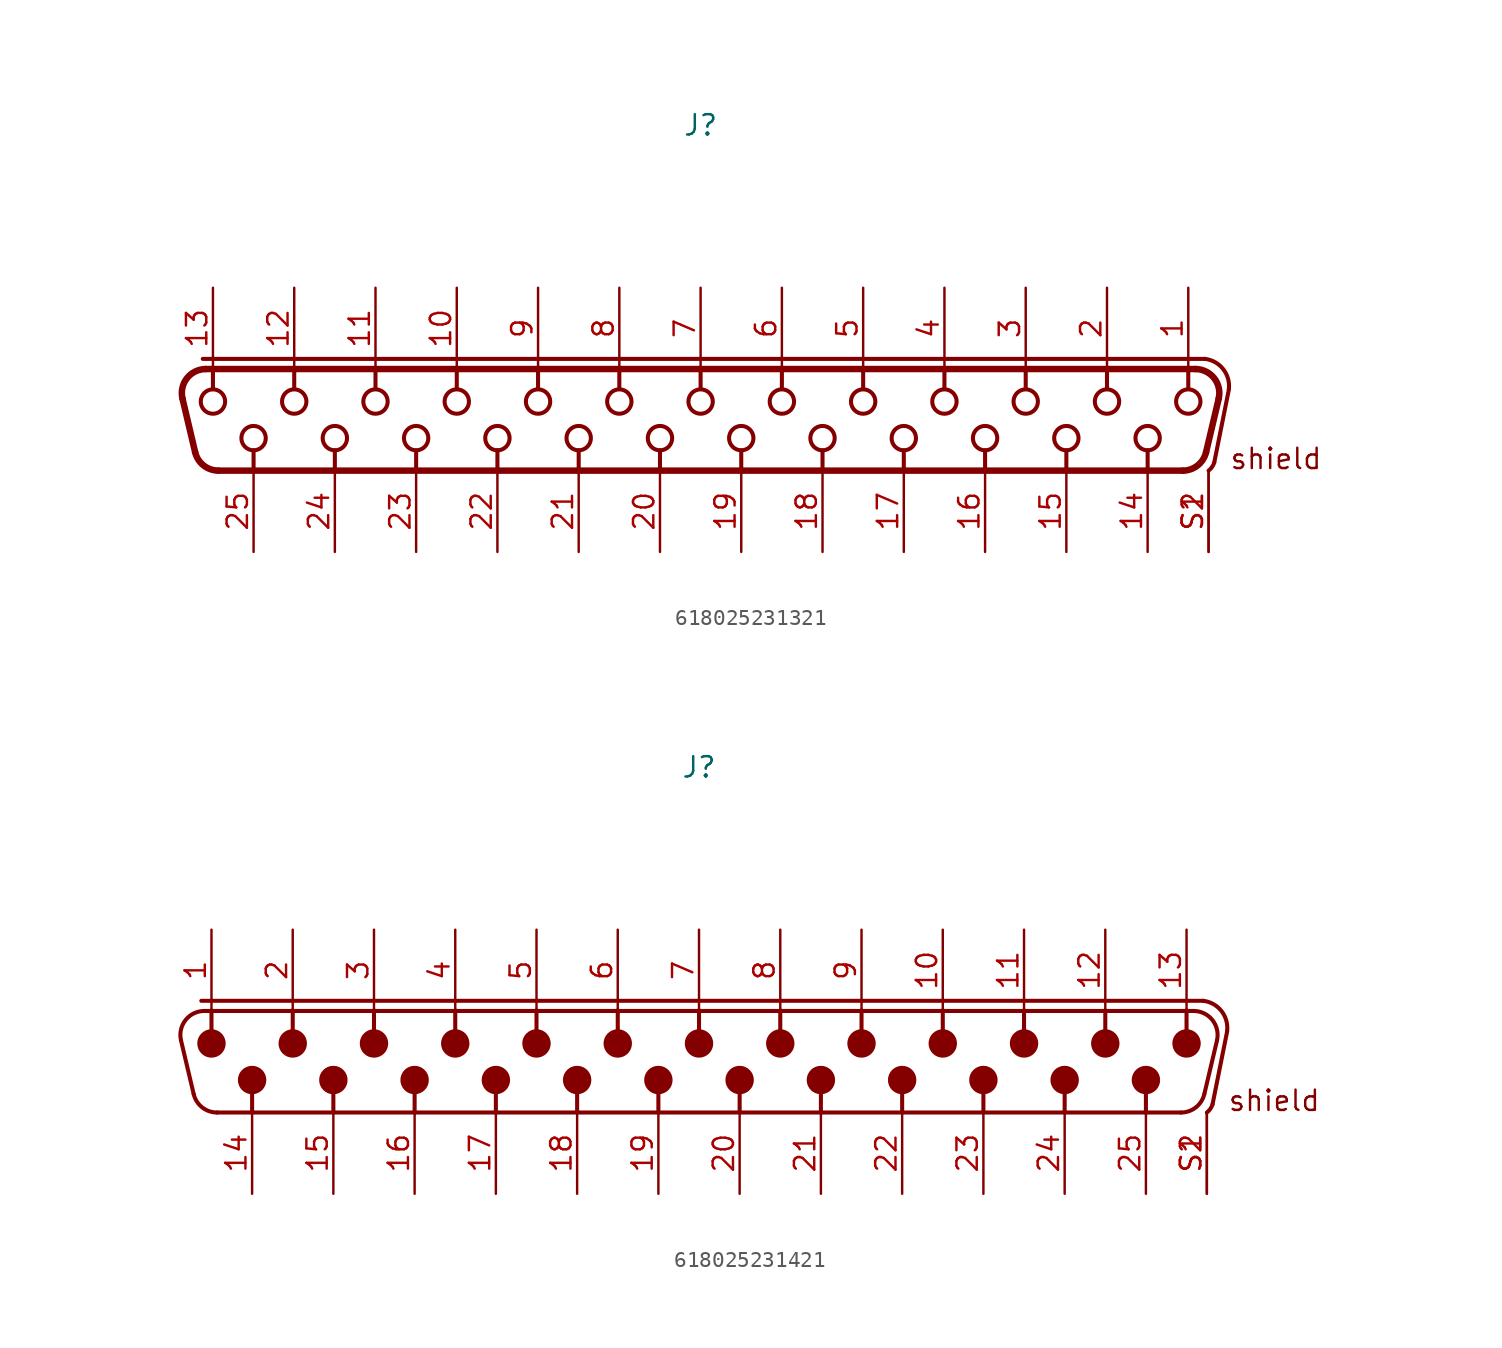
<source format=kicad_sym>
(kicad_symbol_lib
  (version 20241209)
  (generator "kicad_symbol_editor")
  (generator_version "9.0")
  (symbol "618025231321"
    (pin_names
      (hide yes))
    (property "Reference" "J"
      (at 0 17.78 0)
      (effects (font (size 1.27 1.27))))
    (symbol "618025231321_1_0"
      (polyline (pts (xy -31.593 -2.655) (xy -32.384 0.695)) (stroke (width 0.406) (type solid)) (fill (type none)))
      (polyline (pts (xy -31.115 3.175) (xy 31.52 3.175)) (stroke (width 0.254) (type solid)) (fill (type none)))
      (polyline (pts (xy -30.924 2.54) (xy 30.924 2.54)) (stroke (width 0.406) (type solid)) (fill (type none)))
      (arc (start -32.3842 0.695) (mid -32.1007 1.9707) (end -30.9243 2.54) (stroke (width 0.4064) (type solid)) (fill (type none)))
      (polyline (pts (xy -30.48 2.58) (xy -30.48 1.3)) (stroke (width 0.254) (type solid)) (fill (type none)))
      (circle (center -30.48 0.508) (radius 0.762) (stroke (width 0.254) (type solid)) (fill (type none)))
      (arc (start -30.133 -3.81) (mid -31.0638 -3.4862) (end -31.5928 -2.6547) (stroke (width 0.4064) (type solid)) (fill (type none)))
      (circle (center -27.94 -1.778) (radius 0.762) (stroke (width 0.254) (type solid)) (fill (type none)))
      (polyline (pts (xy -27.94 -2.54) (xy -27.94 -3.82)) (stroke (width 0.254) (type solid)) (fill (type none)))
      (polyline (pts (xy -25.4 2.58) (xy -25.4 1.3)) (stroke (width 0.254) (type solid)) (fill (type none)))
      (circle (center -25.4 0.508) (radius 0.762) (stroke (width 0.254) (type solid)) (fill (type none)))
      (circle (center -22.86 -1.778) (radius 0.762) (stroke (width 0.254) (type solid)) (fill (type none)))
      (polyline (pts (xy -22.86 -2.54) (xy -22.86 -3.82)) (stroke (width 0.254) (type solid)) (fill (type none)))
      (polyline (pts (xy -20.32 2.58) (xy -20.32 1.3)) (stroke (width 0.254) (type solid)) (fill (type none)))
      (circle (center -20.32 0.508) (radius 0.762) (stroke (width 0.254) (type solid)) (fill (type none)))
      (circle (center -17.78 -1.778) (radius 0.762) (stroke (width 0.254) (type solid)) (fill (type none)))
      (polyline (pts (xy -17.78 -2.54) (xy -17.78 -3.82)) (stroke (width 0.254) (type solid)) (fill (type none)))
      (polyline (pts (xy -15.24 2.58) (xy -15.24 1.3)) (stroke (width 0.254) (type solid)) (fill (type none)))
      (circle (center -15.24 0.508) (radius 0.762) (stroke (width 0.254) (type solid)) (fill (type none)))
      (circle (center -12.7 -1.778) (radius 0.762) (stroke (width 0.254) (type solid)) (fill (type none)))
      (polyline (pts (xy -12.7 -2.54) (xy -12.7 -3.82)) (stroke (width 0.254) (type solid)) (fill (type none)))
      (polyline (pts (xy -10.16 2.58) (xy -10.16 1.3)) (stroke (width 0.254) (type solid)) (fill (type none)))
      (circle (center -10.16 0.508) (radius 0.762) (stroke (width 0.254) (type solid)) (fill (type none)))
      (circle (center -7.62 -1.778) (radius 0.762) (stroke (width 0.254) (type solid)) (fill (type none)))
      (polyline (pts (xy -7.62 -2.54) (xy -7.62 -3.82)) (stroke (width 0.254) (type solid)) (fill (type none)))
      (polyline (pts (xy -5.08 2.58) (xy -5.08 1.3)) (stroke (width 0.254) (type solid)) (fill (type none)))
      (circle (center -5.08 0.508) (radius 0.762) (stroke (width 0.254) (type solid)) (fill (type none)))
      (circle (center -2.54 -1.778) (radius 0.762) (stroke (width 0.254) (type solid)) (fill (type none)))
      (polyline (pts (xy -2.54 -2.54) (xy -2.54 -3.82)) (stroke (width 0.254) (type solid)) (fill (type none)))
      (polyline (pts (xy 0 2.58) (xy 0 1.3)) (stroke (width 0.254) (type solid)) (fill (type none)))
      (circle (center 0 0.508) (radius 0.762) (stroke (width 0.254) (type solid)) (fill (type none)))
      (circle (center 2.54 -1.778) (radius 0.762) (stroke (width 0.254) (type solid)) (fill (type none)))
      (polyline (pts (xy 2.54 -2.54) (xy 2.54 -3.82)) (stroke (width 0.254) (type solid)) (fill (type none)))
      (polyline (pts (xy 5.08 2.58) (xy 5.08 1.3)) (stroke (width 0.254) (type solid)) (fill (type none)))
      (circle (center 5.08 0.508) (radius 0.762) (stroke (width 0.254) (type solid)) (fill (type none)))
      (circle (center 7.62 -1.778) (radius 0.762) (stroke (width 0.254) (type solid)) (fill (type none)))
      (polyline (pts (xy 7.62 -2.54) (xy 7.62 -3.82)) (stroke (width 0.254) (type solid)) (fill (type none)))
      (polyline (pts (xy 10.16 2.58) (xy 10.16 1.3)) (stroke (width 0.254) (type solid)) (fill (type none)))
      (circle (center 10.16 0.508) (radius 0.762) (stroke (width 0.254) (type solid)) (fill (type none)))
      (circle (center 12.7 -1.778) (radius 0.762) (stroke (width 0.254) (type solid)) (fill (type none)))
      (polyline (pts (xy 12.7 -2.54) (xy 12.7 -3.82)) (stroke (width 0.254) (type solid)) (fill (type none)))
      (polyline (pts (xy 15.24 2.58) (xy 15.24 1.3)) (stroke (width 0.254) (type solid)) (fill (type none)))
      (circle (center 15.24 0.508) (radius 0.762) (stroke (width 0.254) (type solid)) (fill (type none)))
      (circle (center 17.78 -1.778) (radius 0.762) (stroke (width 0.254) (type solid)) (fill (type none)))
      (polyline (pts (xy 17.78 -2.54) (xy 17.78 -3.82)) (stroke (width 0.254) (type solid)) (fill (type none)))
      (polyline (pts (xy 20.32 2.58) (xy 20.32 1.3)) (stroke (width 0.254) (type solid)) (fill (type none)))
      (circle (center 20.32 0.508) (radius 0.762) (stroke (width 0.254) (type solid)) (fill (type none)))
      (circle (center 22.86 -1.778) (radius 0.762) (stroke (width 0.254) (type solid)) (fill (type none)))
      (polyline (pts (xy 22.86 -2.54) (xy 22.86 -3.82)) (stroke (width 0.254) (type solid)) (fill (type none)))
      (polyline (pts (xy 25.4 2.58) (xy 25.4 1.3)) (stroke (width 0.254) (type solid)) (fill (type none)))
      (circle (center 25.4 0.508) (radius 0.762) (stroke (width 0.254) (type solid)) (fill (type none)))
      (circle (center 27.94 -1.778) (radius 0.762) (stroke (width 0.254) (type solid)) (fill (type none)))
      (polyline (pts (xy 27.94 -2.54) (xy 27.94 -3.82)) (stroke (width 0.254) (type solid)) (fill (type none)))
      (arc (start 31.5928 -2.6548) (mid 31.0637 -3.4863) (end 30.1329 -3.81) (stroke (width 0.4064) (type solid)) (fill (type none)))
      (polyline (pts (xy 30.133 -3.81) (xy -30.133 -3.81)) (stroke (width 0.406) (type solid)) (fill (type none)))
      (polyline (pts (xy 30.48 2.58) (xy 30.48 1.3)) (stroke (width 0.254) (type solid)) (fill (type none)))
      (circle (center 30.48 0.508) (radius 0.762) (stroke (width 0.254) (type solid)) (fill (type none)))
      (arc (start 30.9243 2.54) (mid 32.1007 1.9707) (end 32.3842 0.695) (stroke (width 0.4064) (type solid)) (fill (type none)))
      (arc (start 32.1039 -3.3037) (mid 31.9648 -3.5833) (end 31.75 -3.81) (stroke (width 0.254) (type solid)) (fill (type none)))
      (arc (start 31.52 3.175) (mid 32.6664 2.5346) (end 33.02 1.27) (stroke (width 0.254) (type solid)) (fill (type none)))
      (polyline (pts (xy 32.104 -3.304) (xy 33.02 1.27)) (stroke (width 0.254) (type solid)) (fill (type none)))
      (polyline (pts (xy 32.384 0.695) (xy 31.593 -2.655)) (stroke (width 0.406) (type solid)) (fill (type none)))
      (text "shield" (at 33.02 -3.81 0) (effects (font (size 1.27 1.27)) (justify left bottom)))
      (pin passive line (at -30.48 7.62 270) (length 5.08) (name "13" (effects (font (size 1.27 1.27)))) (number "13" (effects (font (size 1.27 1.27)))))
      (pin passive line (at -27.94 -8.89 90) (length 5.08) (name "25" (effects (font (size 1.27 1.27)))) (number "25" (effects (font (size 1.27 1.27)))))
      (pin passive line (at -25.4 7.62 270) (length 5.08) (name "12" (effects (font (size 1.27 1.27)))) (number "12" (effects (font (size 1.27 1.27)))))
      (pin passive line (at -22.86 -8.89 90) (length 5.08) (name "24" (effects (font (size 1.27 1.27)))) (number "24" (effects (font (size 1.27 1.27)))))
      (pin passive line (at -20.32 7.62 270) (length 5.08) (name "11" (effects (font (size 1.27 1.27)))) (number "11" (effects (font (size 1.27 1.27)))))
      (pin passive line (at -17.78 -8.89 90) (length 5.08) (name "23" (effects (font (size 1.27 1.27)))) (number "23" (effects (font (size 1.27 1.27)))))
      (pin passive line (at -15.24 7.62 270) (length 5.08) (name "10" (effects (font (size 1.27 1.27)))) (number "10" (effects (font (size 1.27 1.27)))))
      (pin passive line (at -12.7 -8.89 90) (length 5.08) (name "22" (effects (font (size 1.27 1.27)))) (number "22" (effects (font (size 1.27 1.27)))))
      (pin passive line (at -10.16 7.62 270) (length 5.08) (name "9" (effects (font (size 1.27 1.27)))) (number "9" (effects (font (size 1.27 1.27)))))
      (pin passive line (at -7.62 -8.89 90) (length 5.08) (name "21" (effects (font (size 1.27 1.27)))) (number "21" (effects (font (size 1.27 1.27)))))
      (pin passive line (at -5.08 7.62 270) (length 5.08) (name "8" (effects (font (size 1.27 1.27)))) (number "8" (effects (font (size 1.27 1.27)))))
      (pin passive line (at -2.54 -8.89 90) (length 5.08) (name "20" (effects (font (size 1.27 1.27)))) (number "20" (effects (font (size 1.27 1.27)))))
      (pin passive line (at 0 7.62 270) (length 5.08) (name "7" (effects (font (size 1.27 1.27)))) (number "7" (effects (font (size 1.27 1.27)))))
      (pin passive line (at 2.54 -8.89 90) (length 5.08) (name "19" (effects (font (size 1.27 1.27)))) (number "19" (effects (font (size 1.27 1.27)))))
      (pin passive line (at 5.08 7.62 270) (length 5.08) (name "6" (effects (font (size 1.27 1.27)))) (number "6" (effects (font (size 1.27 1.27)))))
      (pin passive line (at 7.62 -8.89 90) (length 5.08) (name "18" (effects (font (size 1.27 1.27)))) (number "18" (effects (font (size 1.27 1.27)))))
      (pin passive line (at 10.16 7.62 270) (length 5.08) (name "5" (effects (font (size 1.27 1.27)))) (number "5" (effects (font (size 1.27 1.27)))))
      (pin passive line (at 12.7 -8.89 90) (length 5.08) (name "17" (effects (font (size 1.27 1.27)))) (number "17" (effects (font (size 1.27 1.27)))))
      (pin passive line (at 15.24 7.62 270) (length 5.08) (name "4" (effects (font (size 1.27 1.27)))) (number "4" (effects (font (size 1.27 1.27)))))
      (pin passive line (at 17.78 -8.89 90) (length 5.08) (name "16" (effects (font (size 1.27 1.27)))) (number "16" (effects (font (size 1.27 1.27)))))
      (pin passive line (at 20.32 7.62 270) (length 5.08) (name "3" (effects (font (size 1.27 1.27)))) (number "3" (effects (font (size 1.27 1.27)))))
      (pin passive line (at 22.86 -8.89 90) (length 5.08) (name "15" (effects (font (size 1.27 1.27)))) (number "15" (effects (font (size 1.27 1.27)))))
      (pin passive line (at 25.4 7.62 270) (length 5.08) (name "2" (effects (font (size 1.27 1.27)))) (number "2" (effects (font (size 1.27 1.27)))))
      (pin passive line (at 27.94 -8.89 90) (length 5.08) (name "14" (effects (font (size 1.27 1.27)))) (number "14" (effects (font (size 1.27 1.27)))))
      (pin passive line (at 30.48 7.62 270) (length 5.08) (name "1" (effects (font (size 1.27 1.27)))) (number "1" (effects (font (size 1.27 1.27)))))
      (pin passive line (at 31.75 -8.89 90) (length 5.08) (name "SHIELD" (effects (font (size 1.27 1.27)))) (number "S1" (effects (font (size 1.27 1.27)))))
      (pin passive line (at 31.75 -8.89 90) (length 5.08) (name "SHIELD" (effects (font (size 1.27 1.27)))) (number "S2" (effects (font (size 1.27 1.27)))))))
  (symbol "618025231421"
    (pin_names
      (hide yes))
    (property "Reference" "J"
      (at 0 17.78 0)
      (effects (font (size 1.27 1.27))))
    (symbol "618025231421_1_0"
      (polyline (pts (xy -31.593 -2.655) (xy -32.384 0.695)) (stroke (width 0.254) (type solid)) (fill (type none)))
      (polyline (pts (xy -31.115 3.175) (xy 31.52 3.175)) (stroke (width 0.254) (type solid)) (fill (type none)))
      (polyline (pts (xy -30.924 2.54) (xy 30.924 2.54)) (stroke (width 0.254) (type solid)) (fill (type none)))
      (arc (start -32.3842 0.695) (mid -32.1007 1.9707) (end -30.9243 2.54) (stroke (width 0.254) (type solid)) (fill (type none)))
      (polyline (pts (xy -30.48 2.58) (xy -30.48 0.4)) (stroke (width 0.254) (type solid)) (fill (type none)))
      (circle (center -30.48 0.508) (radius 0.762) (stroke (width 0.254) (type solid)) (fill (type outline)))
      (arc (start -30.133 -3.81) (mid -31.0638 -3.4862) (end -31.5928 -2.6547) (stroke (width 0.254) (type solid)) (fill (type none)))
      (circle (center -27.94 -1.778) (radius 0.762) (stroke (width 0.254) (type solid)) (fill (type outline)))
      (polyline (pts (xy -27.94 -3.81) (xy -27.94 -1.63)) (stroke (width 0.254) (type solid)) (fill (type none)))
      (polyline (pts (xy -25.4 2.58) (xy -25.4 0.4)) (stroke (width 0.254) (type solid)) (fill (type none)))
      (circle (center -25.4 0.508) (radius 0.762) (stroke (width 0.254) (type solid)) (fill (type outline)))
      (circle (center -22.86 -1.778) (radius 0.762) (stroke (width 0.254) (type solid)) (fill (type outline)))
      (polyline (pts (xy -22.86 -3.81) (xy -22.86 -1.63)) (stroke (width 0.254) (type solid)) (fill (type none)))
      (polyline (pts (xy -20.32 2.58) (xy -20.32 0.4)) (stroke (width 0.254) (type solid)) (fill (type none)))
      (circle (center -20.32 0.508) (radius 0.762) (stroke (width 0.254) (type solid)) (fill (type outline)))
      (circle (center -17.78 -1.778) (radius 0.762) (stroke (width 0.254) (type solid)) (fill (type outline)))
      (polyline (pts (xy -17.78 -3.81) (xy -17.78 -1.63)) (stroke (width 0.254) (type solid)) (fill (type none)))
      (polyline (pts (xy -15.24 2.58) (xy -15.24 0.4)) (stroke (width 0.254) (type solid)) (fill (type none)))
      (circle (center -15.24 0.508) (radius 0.762) (stroke (width 0.254) (type solid)) (fill (type outline)))
      (circle (center -12.7 -1.778) (radius 0.762) (stroke (width 0.254) (type solid)) (fill (type outline)))
      (polyline (pts (xy -12.7 -3.81) (xy -12.7 -1.63)) (stroke (width 0.254) (type solid)) (fill (type none)))
      (polyline (pts (xy -10.16 2.58) (xy -10.16 0.4)) (stroke (width 0.254) (type solid)) (fill (type none)))
      (circle (center -10.16 0.508) (radius 0.762) (stroke (width 0.254) (type solid)) (fill (type outline)))
      (circle (center -7.62 -1.778) (radius 0.762) (stroke (width 0.254) (type solid)) (fill (type outline)))
      (polyline (pts (xy -7.62 -3.81) (xy -7.62 -1.63)) (stroke (width 0.254) (type solid)) (fill (type none)))
      (polyline (pts (xy -5.08 2.58) (xy -5.08 0.4)) (stroke (width 0.254) (type solid)) (fill (type none)))
      (circle (center -5.08 0.508) (radius 0.762) (stroke (width 0.254) (type solid)) (fill (type outline)))
      (circle (center -2.54 -1.778) (radius 0.762) (stroke (width 0.254) (type solid)) (fill (type outline)))
      (polyline (pts (xy -2.54 -3.81) (xy -2.54 -1.63)) (stroke (width 0.254) (type solid)) (fill (type none)))
      (polyline (pts (xy 0 2.58) (xy 0 0.4)) (stroke (width 0.254) (type solid)) (fill (type none)))
      (circle (center 0 0.508) (radius 0.762) (stroke (width 0.254) (type solid)) (fill (type outline)))
      (circle (center 2.54 -1.778) (radius 0.762) (stroke (width 0.254) (type solid)) (fill (type outline)))
      (polyline (pts (xy 2.54 -3.81) (xy 2.54 -1.63)) (stroke (width 0.254) (type solid)) (fill (type none)))
      (polyline (pts (xy 5.08 2.58) (xy 5.08 0.4)) (stroke (width 0.254) (type solid)) (fill (type none)))
      (circle (center 5.08 0.508) (radius 0.762) (stroke (width 0.254) (type solid)) (fill (type outline)))
      (circle (center 7.62 -1.778) (radius 0.762) (stroke (width 0.254) (type solid)) (fill (type outline)))
      (polyline (pts (xy 7.62 -3.81) (xy 7.62 -1.63)) (stroke (width 0.254) (type solid)) (fill (type none)))
      (polyline (pts (xy 10.16 2.58) (xy 10.16 0.4)) (stroke (width 0.254) (type solid)) (fill (type none)))
      (circle (center 10.16 0.508) (radius 0.762) (stroke (width 0.254) (type solid)) (fill (type outline)))
      (circle (center 12.7 -1.778) (radius 0.762) (stroke (width 0.254) (type solid)) (fill (type outline)))
      (polyline (pts (xy 12.7 -3.81) (xy 12.7 -1.63)) (stroke (width 0.254) (type solid)) (fill (type none)))
      (polyline (pts (xy 15.24 2.58) (xy 15.24 0.4)) (stroke (width 0.254) (type solid)) (fill (type none)))
      (circle (center 15.24 0.508) (radius 0.762) (stroke (width 0.254) (type solid)) (fill (type outline)))
      (circle (center 17.78 -1.778) (radius 0.762) (stroke (width 0.254) (type solid)) (fill (type outline)))
      (polyline (pts (xy 17.78 -3.81) (xy 17.78 -1.63)) (stroke (width 0.254) (type solid)) (fill (type none)))
      (polyline (pts (xy 20.32 2.58) (xy 20.32 0.4)) (stroke (width 0.254) (type solid)) (fill (type none)))
      (circle (center 20.32 0.508) (radius 0.762) (stroke (width 0.254) (type solid)) (fill (type outline)))
      (circle (center 22.86 -1.778) (radius 0.762) (stroke (width 0.254) (type solid)) (fill (type outline)))
      (polyline (pts (xy 22.86 -3.81) (xy 22.86 -1.63)) (stroke (width 0.254) (type solid)) (fill (type none)))
      (polyline (pts (xy 25.4 2.58) (xy 25.4 0.4)) (stroke (width 0.254) (type solid)) (fill (type none)))
      (circle (center 25.4 0.508) (radius 0.762) (stroke (width 0.254) (type solid)) (fill (type outline)))
      (circle (center 27.94 -1.778) (radius 0.762) (stroke (width 0.254) (type solid)) (fill (type outline)))
      (polyline (pts (xy 27.94 -3.81) (xy 27.94 -1.63)) (stroke (width 0.254) (type solid)) (fill (type none)))
      (arc (start 31.5928 -2.6548) (mid 31.0637 -3.4863) (end 30.1329 -3.81) (stroke (width 0.254) (type solid)) (fill (type none)))
      (polyline (pts (xy 30.133 -3.81) (xy -30.133 -3.81)) (stroke (width 0.254) (type solid)) (fill (type none)))
      (polyline (pts (xy 30.48 2.58) (xy 30.48 0.4)) (stroke (width 0.254) (type solid)) (fill (type none)))
      (circle (center 30.48 0.508) (radius 0.762) (stroke (width 0.254) (type solid)) (fill (type outline)))
      (arc (start 30.9243 2.54) (mid 32.1007 1.9707) (end 32.3842 0.695) (stroke (width 0.254) (type solid)) (fill (type none)))
      (arc (start 32.1039 -3.3037) (mid 31.9648 -3.5833) (end 31.75 -3.81) (stroke (width 0.254) (type solid)) (fill (type none)))
      (arc (start 31.52 3.175) (mid 32.6664 2.5346) (end 33.02 1.27) (stroke (width 0.254) (type solid)) (fill (type none)))
      (polyline (pts (xy 32.104 -3.304) (xy 33.02 1.27)) (stroke (width 0.254) (type solid)) (fill (type none)))
      (polyline (pts (xy 32.384 0.695) (xy 31.593 -2.655)) (stroke (width 0.254) (type solid)) (fill (type none)))
      (pin passive line (at -30.48 7.62 270) (length 5.08) (name "1" (effects (font (size 1.27 1.27)))) (number "1" (effects (font (size 1.27 1.27)))))
      (pin passive line (at -27.94 -8.89 90) (length 5.08) (name "14" (effects (font (size 1.27 1.27)))) (number "14" (effects (font (size 1.27 1.27)))))
      (pin passive line (at -25.4 7.62 270) (length 5.08) (name "2" (effects (font (size 1.27 1.27)))) (number "2" (effects (font (size 1.27 1.27)))))
      (pin passive line (at -22.86 -8.89 90) (length 5.08) (name "15" (effects (font (size 1.27 1.27)))) (number "15" (effects (font (size 1.27 1.27)))))
      (pin passive line (at -20.32 7.62 270) (length 5.08) (name "3" (effects (font (size 1.27 1.27)))) (number "3" (effects (font (size 1.27 1.27)))))
      (pin passive line (at -17.78 -8.89 90) (length 5.08) (name "16" (effects (font (size 1.27 1.27)))) (number "16" (effects (font (size 1.27 1.27)))))
      (pin passive line (at -15.24 7.62 270) (length 5.08) (name "4" (effects (font (size 1.27 1.27)))) (number "4" (effects (font (size 1.27 1.27)))))
      (pin passive line (at -12.7 -8.89 90) (length 5.08) (name "17" (effects (font (size 1.27 1.27)))) (number "17" (effects (font (size 1.27 1.27)))))
      (pin passive line (at -10.16 7.62 270) (length 5.08) (name "5" (effects (font (size 1.27 1.27)))) (number "5" (effects (font (size 1.27 1.27)))))
      (pin passive line (at -7.62 -8.89 90) (length 5.08) (name "18" (effects (font (size 1.27 1.27)))) (number "18" (effects (font (size 1.27 1.27)))))
      (pin passive line (at -5.08 7.62 270) (length 5.08) (name "6" (effects (font (size 1.27 1.27)))) (number "6" (effects (font (size 1.27 1.27)))))
      (pin passive line (at -2.54 -8.89 90) (length 5.08) (name "19" (effects (font (size 1.27 1.27)))) (number "19" (effects (font (size 1.27 1.27)))))
      (pin passive line (at 0 7.62 270) (length 5.08) (name "7" (effects (font (size 1.27 1.27)))) (number "7" (effects (font (size 1.27 1.27)))))
      (pin passive line (at 2.54 -8.89 90) (length 5.08) (name "20" (effects (font (size 1.27 1.27)))) (number "20" (effects (font (size 1.27 1.27)))))
      (pin passive line (at 5.08 7.62 270) (length 5.08) (name "8" (effects (font (size 1.27 1.27)))) (number "8" (effects (font (size 1.27 1.27)))))
      (pin passive line (at 7.62 -8.89 90) (length 5.08) (name "21" (effects (font (size 1.27 1.27)))) (number "21" (effects (font (size 1.27 1.27)))))
      (pin passive line (at 10.16 7.62 270) (length 5.08) (name "9" (effects (font (size 1.27 1.27)))) (number "9" (effects (font (size 1.27 1.27)))))
      (pin passive line (at 12.7 -8.89 90) (length 5.08) (name "22" (effects (font (size 1.27 1.27)))) (number "22" (effects (font (size 1.27 1.27)))))
      (pin passive line (at 15.24 7.62 270) (length 5.08) (name "10" (effects (font (size 1.27 1.27)))) (number "10" (effects (font (size 1.27 1.27)))))
      (pin passive line (at 17.78 -8.89 90) (length 5.08) (name "23" (effects (font (size 1.27 1.27)))) (number "23" (effects (font (size 1.27 1.27)))))
      (pin passive line (at 20.32 7.62 270) (length 5.08) (name "11" (effects (font (size 1.27 1.27)))) (number "11" (effects (font (size 1.27 1.27)))))
      (pin passive line (at 22.86 -8.89 90) (length 5.08) (name "24" (effects (font (size 1.27 1.27)))) (number "24" (effects (font (size 1.27 1.27)))))
      (pin passive line (at 25.4 7.62 270) (length 5.08) (name "12" (effects (font (size 1.27 1.27)))) (number "12" (effects (font (size 1.27 1.27)))))
      (pin passive line (at 27.94 -8.89 90) (length 5.08) (name "25" (effects (font (size 1.27 1.27)))) (number "25" (effects (font (size 1.27 1.27)))))
      (pin passive line (at 30.48 7.62 270) (length 5.08) (name "13" (effects (font (size 1.27 1.27)))) (number "13" (effects (font (size 1.27 1.27)))))
      (pin passive line (at 31.75 -8.89 90) (length 5.08) (name "SHIELD" (effects (font (size 1.27 1.27)))) (number "S1" (effects (font (size 1.27 1.27)))))
      (pin passive line (at 31.75 -8.89 90) (length 5.08) (name "SHIELD" (effects (font (size 1.27 1.27)))) (number "S2" (effects (font (size 1.27 1.27))))))
    (symbol "618025231421_1_1"
      (text "shield" (at 33.02 -3.81 0) (effects (font (size 1.27 1.27)) (justify left bottom))))))
</source>
